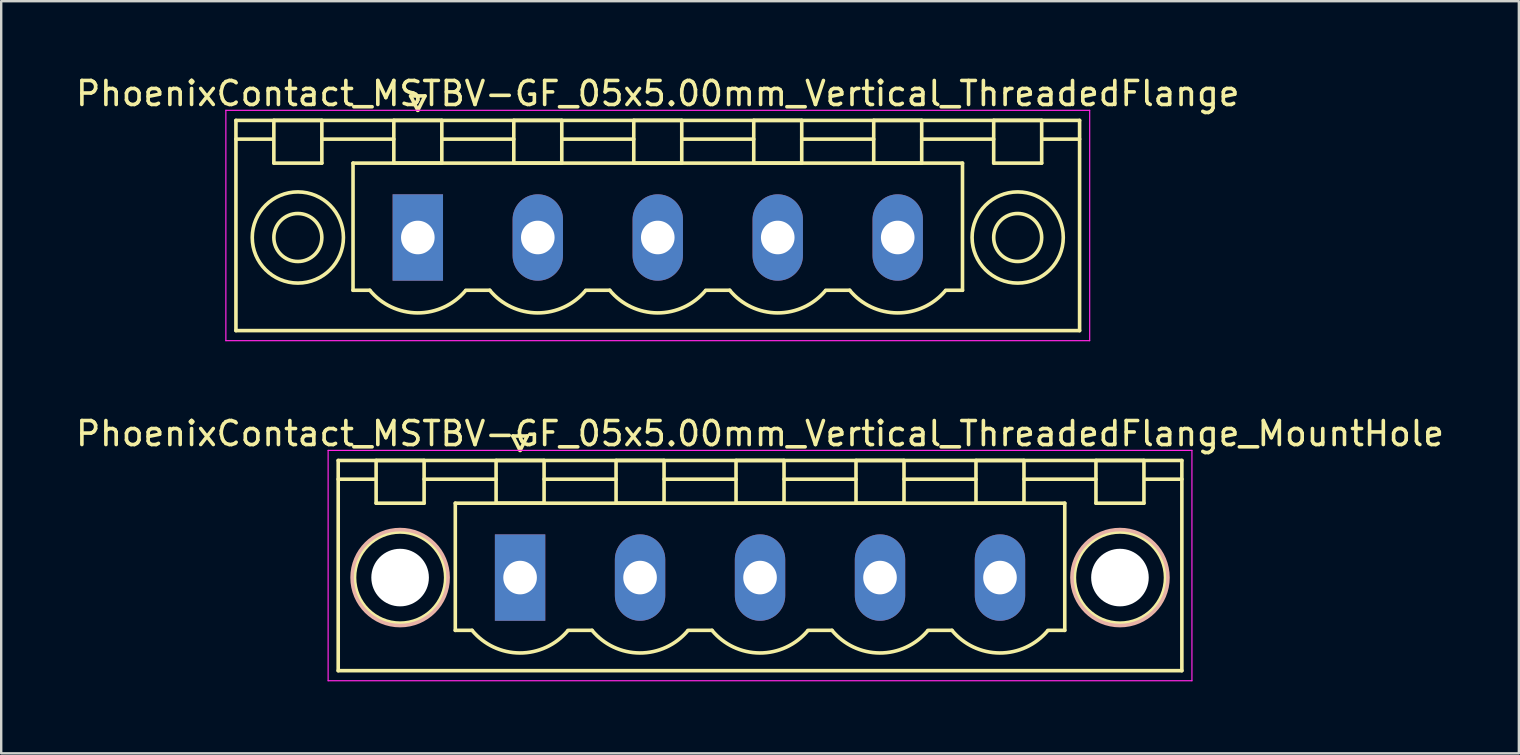
<source format=kicad_pcb>
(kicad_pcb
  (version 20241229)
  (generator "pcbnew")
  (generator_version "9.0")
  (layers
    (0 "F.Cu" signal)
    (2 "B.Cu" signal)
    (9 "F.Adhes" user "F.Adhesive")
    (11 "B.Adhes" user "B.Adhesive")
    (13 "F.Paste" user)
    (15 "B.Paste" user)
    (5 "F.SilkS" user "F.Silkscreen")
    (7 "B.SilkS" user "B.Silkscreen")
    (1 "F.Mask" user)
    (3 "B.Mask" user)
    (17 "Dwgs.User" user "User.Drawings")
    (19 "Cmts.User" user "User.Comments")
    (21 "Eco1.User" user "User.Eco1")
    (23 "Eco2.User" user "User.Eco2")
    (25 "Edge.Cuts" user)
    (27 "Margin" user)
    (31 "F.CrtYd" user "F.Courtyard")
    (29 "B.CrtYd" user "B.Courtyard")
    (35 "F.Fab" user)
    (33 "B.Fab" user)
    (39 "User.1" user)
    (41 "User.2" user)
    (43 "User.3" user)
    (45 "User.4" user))
  (footprint "PhoenixContact_MSTBV-GF_05x5.00mm_Vertical_ThreadedFlange_MountHole"
    (layer "F.Cu")
    (at 18.625 21.021)
    (property "Reference" "PhoenixContact_MSTBV-GF_05x5.00mm_Vertical_ThreadedFlange_MountHole" (at 10 -6 0) (layer "F.SilkS") (effects (font (size 1 1) (thickness 0.15))))
    (attr through_hole)
    (fp_line (start -7.58 -4.88) (end -7.58 3.88) (stroke (width 0.15) (type solid)) (layer "F.SilkS"))
    (fp_line (start -7.58 -4.1) (end -6.08 -4.1) (stroke (width 0.15) (type solid)) (layer "F.SilkS"))
    (fp_line (start -7.58 3.88) (end 27.58 3.88) (stroke (width 0.15) (type solid)) (layer "F.SilkS"))
    (fp_line (start -6 -4.88) (end -4 -4.88) (stroke (width 0.15) (type solid)) (layer "F.SilkS"))
    (fp_line (start -6 -3.1) (end -6 -4.88) (stroke (width 0.15) (type solid)) (layer "F.SilkS"))
    (fp_line (start -4 -4.88) (end -4 -3.1) (stroke (width 0.15) (type solid)) (layer "F.SilkS"))
    (fp_line (start -4 -4.1) (end -1 -4.1) (stroke (width 0.15) (type solid)) (layer "F.SilkS"))
    (fp_line (start -4 -3.1) (end -6 -3.1) (stroke (width 0.15) (type solid)) (layer "F.SilkS"))
    (fp_line (start -2.7 -3.1) (end 22.7 -3.1) (stroke (width 0.15) (type solid)) (layer "F.SilkS"))
    (fp_line (start -2.7 2.2) (end -2.7 -3.1) (stroke (width 0.15) (type solid)) (layer "F.SilkS"))
    (fp_line (start -2 2.2) (end -2.7 2.2) (stroke (width 0.15) (type solid)) (layer "F.SilkS"))
    (fp_line (start -1 -4.88) (end 1 -4.88) (stroke (width 0.15) (type solid)) (layer "F.SilkS"))
    (fp_line (start -1 -3.1) (end -1 -4.88) (stroke (width 0.15) (type solid)) (layer "F.SilkS"))
    (fp_line (start -0.3 -5.9) (end 0 -5.3) (stroke (width 0.15) (type solid)) (layer "F.SilkS"))
    (fp_line (start 0 -5.3) (end 0.3 -5.9) (stroke (width 0.15) (type solid)) (layer "F.SilkS"))
    (fp_line (start 0.3 -5.9) (end -0.3 -5.9) (stroke (width 0.15) (type solid)) (layer "F.SilkS"))
    (fp_line (start 1 -4.88) (end 1 -3.1) (stroke (width 0.15) (type solid)) (layer "F.SilkS"))
    (fp_line (start 1 -4.1) (end 4 -4.1) (stroke (width 0.15) (type solid)) (layer "F.SilkS"))
    (fp_line (start 1 -3.1) (end -1 -3.1) (stroke (width 0.15) (type solid)) (layer "F.SilkS"))
    (fp_line (start 2 2.2) (end 3 2.2) (stroke (width 0.15) (type solid)) (layer "F.SilkS"))
    (fp_line (start 4 -4.88) (end 6 -4.88) (stroke (width 0.15) (type solid)) (layer "F.SilkS"))
    (fp_line (start 4 -3.1) (end 4 -4.88) (stroke (width 0.15) (type solid)) (layer "F.SilkS"))
    (fp_line (start 6 -4.88) (end 6 -3.1) (stroke (width 0.15) (type solid)) (layer "F.SilkS"))
    (fp_line (start 6 -4.1) (end 9 -4.1) (stroke (width 0.15) (type solid)) (layer "F.SilkS"))
    (fp_line (start 6 -3.1) (end 4 -3.1) (stroke (width 0.15) (type solid)) (layer "F.SilkS"))
    (fp_line (start 7 2.2) (end 8 2.2) (stroke (width 0.15) (type solid)) (layer "F.SilkS"))
    (fp_line (start 9 -4.88) (end 11 -4.88) (stroke (width 0.15) (type solid)) (layer "F.SilkS"))
    (fp_line (start 9 -3.1) (end 9 -4.88) (stroke (width 0.15) (type solid)) (layer "F.SilkS"))
    (fp_line (start 11 -4.88) (end 11 -3.1) (stroke (width 0.15) (type solid)) (layer "F.SilkS"))
    (fp_line (start 11 -4.1) (end 14 -4.1) (stroke (width 0.15) (type solid)) (layer "F.SilkS"))
    (fp_line (start 11 -3.1) (end 9 -3.1) (stroke (width 0.15) (type solid)) (layer "F.SilkS"))
    (fp_line (start 12 2.2) (end 13 2.2) (stroke (width 0.15) (type solid)) (layer "F.SilkS"))
    (fp_line (start 14 -4.88) (end 16 -4.88) (stroke (width 0.15) (type solid)) (layer "F.SilkS"))
    (fp_line (start 14 -3.1) (end 14 -4.88) (stroke (width 0.15) (type solid)) (layer "F.SilkS"))
    (fp_line (start 16 -4.88) (end 16 -3.1) (stroke (width 0.15) (type solid)) (layer "F.SilkS"))
    (fp_line (start 16 -4.1) (end 19 -4.1) (stroke (width 0.15) (type solid)) (layer "F.SilkS"))
    (fp_line (start 16 -3.1) (end 14 -3.1) (stroke (width 0.15) (type solid)) (layer "F.SilkS"))
    (fp_line (start 17 2.2) (end 18 2.2) (stroke (width 0.15) (type solid)) (layer "F.SilkS"))
    (fp_line (start 19 -4.88) (end 21 -4.88) (stroke (width 0.15) (type solid)) (layer "F.SilkS"))
    (fp_line (start 19 -3.1) (end 19 -4.88) (stroke (width 0.15) (type solid)) (layer "F.SilkS"))
    (fp_line (start 21 -4.88) (end 21 -3.1) (stroke (width 0.15) (type solid)) (layer "F.SilkS"))
    (fp_line (start 21 -4.1) (end 24 -4.1) (stroke (width 0.15) (type solid)) (layer "F.SilkS"))
    (fp_line (start 21 -3.1) (end 19 -3.1) (stroke (width 0.15) (type solid)) (layer "F.SilkS"))
    (fp_line (start 22.7 -3.1) (end 22.7 2.2) (stroke (width 0.15) (type solid)) (layer "F.SilkS"))
    (fp_line (start 22.7 2.2) (end 22 2.2) (stroke (width 0.15) (type solid)) (layer "F.SilkS"))
    (fp_line (start 24 -4.88) (end 26 -4.88) (stroke (width 0.15) (type solid)) (layer "F.SilkS"))
    (fp_line (start 24 -3.1) (end 24 -4.88) (stroke (width 0.15) (type solid)) (layer "F.SilkS"))
    (fp_line (start 26 -4.88) (end 26 -3.1) (stroke (width 0.15) (type solid)) (layer "F.SilkS"))
    (fp_line (start 26 -3.1) (end 24 -3.1) (stroke (width 0.15) (type solid)) (layer "F.SilkS"))
    (fp_line (start 27.58 -4.88) (end -7.58 -4.88) (stroke (width 0.15) (type solid)) (layer "F.SilkS"))
    (fp_line (start 27.58 -4.1) (end 26.08 -4.1) (stroke (width 0.15) (type solid)) (layer "F.SilkS"))
    (fp_line (start 27.58 3.88) (end 27.58 -4.88) (stroke (width 0.15) (type solid)) (layer "F.SilkS"))
    (fp_arc (start 1.986842 2.215821) (mid -0.010289 3.142758) (end -2 2.2) (stroke (width 0.15) (type solid)) (layer "F.SilkS"))
    (fp_arc (start 6.986842 2.215821) (mid 4.989711 3.142758) (end 3 2.2) (stroke (width 0.15) (type solid)) (layer "F.SilkS"))
    (fp_arc (start 11.986842 2.215821) (mid 9.989711 3.142758) (end 8 2.2) (stroke (width 0.15) (type solid)) (layer "F.SilkS"))
    (fp_arc (start 16.986842 2.215821) (mid 14.989711 3.142758) (end 13 2.2) (stroke (width 0.15) (type solid)) (layer "F.SilkS"))
    (fp_arc (start 21.986842 2.215821) (mid 19.989711 3.142758) (end 18 2.2) (stroke (width 0.15) (type solid)) (layer "F.SilkS"))
    (fp_circle (center -5 0) (end -3.1 0) (stroke (width 0.15) (type solid)) (fill no) (layer "F.SilkS"))
    (fp_circle (center 25 0) (end 26.9 0) (stroke (width 0.15) (type solid)) (fill no) (layer "F.SilkS"))
    (fp_circle (center -5 0) (end -3 0) (stroke (width 0.15) (type solid)) (fill no) (layer "B.SilkS"))
    (fp_circle (center 25 0) (end 27 0) (stroke (width 0.15) (type solid)) (fill no) (layer "B.SilkS"))
    (fp_line (start -8 -5.3) (end -8 4.3) (stroke (width 0.05) (type solid)) (layer "F.CrtYd"))
    (fp_line (start -8 4.3) (end 28 4.3) (stroke (width 0.05) (type solid)) (layer "F.CrtYd"))
    (fp_line (start 28 -5.3) (end -8 -5.3) (stroke (width 0.05) (type solid)) (layer "F.CrtYd"))
    (fp_line (start 28 4.3) (end 28 -5.3) (stroke (width 0.05) (type solid)) (layer "F.CrtYd"))
    (pad "" np_thru_hole circle (at -5 0) (size 2.4 2.4) (drill 2.4) (layers "*.Cu" "*.Mask"))
    (pad "" np_thru_hole circle (at 25 0) (size 2.4 2.4) (drill 2.4) (layers "*.Cu" "*.Mask"))
    (pad "1" thru_hole rect (at 0 0) (size 2.1 3.6) (drill 1.4) (layers "*.Cu" "*.Mask"))
    (pad "2" thru_hole oval (at 5 0) (size 2.1 3.6) (drill 1.4) (layers "*.Cu" "*.Mask"))
    (pad "3" thru_hole oval (at 10 0) (size 2.1 3.6) (drill 1.4) (layers "*.Cu" "*.Mask"))
    (pad "4" thru_hole oval (at 15 0) (size 2.1 3.6) (drill 1.4) (layers "*.Cu" "*.Mask"))
    (pad "5" thru_hole oval (at 20 0) (size 2.1 3.6) (drill 1.4) (layers "*.Cu" "*.Mask")))
  (footprint "PhoenixContact_MSTBV-GF_05x5.00mm_Vertical_ThreadedFlange"
    (layer "F.Cu")
    (at 14.363 6.848)
    (property "Reference" "PhoenixContact_MSTBV-GF_05x5.00mm_Vertical_ThreadedFlange" (at 10 -6 0) (layer "F.SilkS") (effects (font (size 1 1) (thickness 0.15))))
    (attr through_hole)
    (fp_line (start -7.58 -4.88) (end -7.58 3.88) (stroke (width 0.15) (type solid)) (layer "F.SilkS"))
    (fp_line (start -7.58 -4.1) (end -6.08 -4.1) (stroke (width 0.15) (type solid)) (layer "F.SilkS"))
    (fp_line (start -7.58 3.88) (end 27.58 3.88) (stroke (width 0.15) (type solid)) (layer "F.SilkS"))
    (fp_line (start -6 -4.88) (end -4 -4.88) (stroke (width 0.15) (type solid)) (layer "F.SilkS"))
    (fp_line (start -6 -3.1) (end -6 -4.88) (stroke (width 0.15) (type solid)) (layer "F.SilkS"))
    (fp_line (start -4 -4.88) (end -4 -3.1) (stroke (width 0.15) (type solid)) (layer "F.SilkS"))
    (fp_line (start -4 -4.1) (end -1 -4.1) (stroke (width 0.15) (type solid)) (layer "F.SilkS"))
    (fp_line (start -4 -3.1) (end -6 -3.1) (stroke (width 0.15) (type solid)) (layer "F.SilkS"))
    (fp_line (start -2.7 -3.1) (end 22.7 -3.1) (stroke (width 0.15) (type solid)) (layer "F.SilkS"))
    (fp_line (start -2.7 2.2) (end -2.7 -3.1) (stroke (width 0.15) (type solid)) (layer "F.SilkS"))
    (fp_line (start -2 2.2) (end -2.7 2.2) (stroke (width 0.15) (type solid)) (layer "F.SilkS"))
    (fp_line (start -1 -4.88) (end 1 -4.88) (stroke (width 0.15) (type solid)) (layer "F.SilkS"))
    (fp_line (start -1 -3.1) (end -1 -4.88) (stroke (width 0.15) (type solid)) (layer "F.SilkS"))
    (fp_line (start -0.3 -5.9) (end 0 -5.3) (stroke (width 0.15) (type solid)) (layer "F.SilkS"))
    (fp_line (start 0 -5.3) (end 0.3 -5.9) (stroke (width 0.15) (type solid)) (layer "F.SilkS"))
    (fp_line (start 0.3 -5.9) (end -0.3 -5.9) (stroke (width 0.15) (type solid)) (layer "F.SilkS"))
    (fp_line (start 1 -4.88) (end 1 -3.1) (stroke (width 0.15) (type solid)) (layer "F.SilkS"))
    (fp_line (start 1 -4.1) (end 4 -4.1) (stroke (width 0.15) (type solid)) (layer "F.SilkS"))
    (fp_line (start 1 -3.1) (end -1 -3.1) (stroke (width 0.15) (type solid)) (layer "F.SilkS"))
    (fp_line (start 2 2.2) (end 3 2.2) (stroke (width 0.15) (type solid)) (layer "F.SilkS"))
    (fp_line (start 4 -4.88) (end 6 -4.88) (stroke (width 0.15) (type solid)) (layer "F.SilkS"))
    (fp_line (start 4 -3.1) (end 4 -4.88) (stroke (width 0.15) (type solid)) (layer "F.SilkS"))
    (fp_line (start 6 -4.88) (end 6 -3.1) (stroke (width 0.15) (type solid)) (layer "F.SilkS"))
    (fp_line (start 6 -4.1) (end 9 -4.1) (stroke (width 0.15) (type solid)) (layer "F.SilkS"))
    (fp_line (start 6 -3.1) (end 4 -3.1) (stroke (width 0.15) (type solid)) (layer "F.SilkS"))
    (fp_line (start 7 2.2) (end 8 2.2) (stroke (width 0.15) (type solid)) (layer "F.SilkS"))
    (fp_line (start 9 -4.88) (end 11 -4.88) (stroke (width 0.15) (type solid)) (layer "F.SilkS"))
    (fp_line (start 9 -3.1) (end 9 -4.88) (stroke (width 0.15) (type solid)) (layer "F.SilkS"))
    (fp_line (start 11 -4.88) (end 11 -3.1) (stroke (width 0.15) (type solid)) (layer "F.SilkS"))
    (fp_line (start 11 -4.1) (end 14 -4.1) (stroke (width 0.15) (type solid)) (layer "F.SilkS"))
    (fp_line (start 11 -3.1) (end 9 -3.1) (stroke (width 0.15) (type solid)) (layer "F.SilkS"))
    (fp_line (start 12 2.2) (end 13 2.2) (stroke (width 0.15) (type solid)) (layer "F.SilkS"))
    (fp_line (start 14 -4.88) (end 16 -4.88) (stroke (width 0.15) (type solid)) (layer "F.SilkS"))
    (fp_line (start 14 -3.1) (end 14 -4.88) (stroke (width 0.15) (type solid)) (layer "F.SilkS"))
    (fp_line (start 16 -4.88) (end 16 -3.1) (stroke (width 0.15) (type solid)) (layer "F.SilkS"))
    (fp_line (start 16 -4.1) (end 19 -4.1) (stroke (width 0.15) (type solid)) (layer "F.SilkS"))
    (fp_line (start 16 -3.1) (end 14 -3.1) (stroke (width 0.15) (type solid)) (layer "F.SilkS"))
    (fp_line (start 17 2.2) (end 18 2.2) (stroke (width 0.15) (type solid)) (layer "F.SilkS"))
    (fp_line (start 19 -4.88) (end 21 -4.88) (stroke (width 0.15) (type solid)) (layer "F.SilkS"))
    (fp_line (start 19 -3.1) (end 19 -4.88) (stroke (width 0.15) (type solid)) (layer "F.SilkS"))
    (fp_line (start 21 -4.88) (end 21 -3.1) (stroke (width 0.15) (type solid)) (layer "F.SilkS"))
    (fp_line (start 21 -4.1) (end 24 -4.1) (stroke (width 0.15) (type solid)) (layer "F.SilkS"))
    (fp_line (start 21 -3.1) (end 19 -3.1) (stroke (width 0.15) (type solid)) (layer "F.SilkS"))
    (fp_line (start 22.7 -3.1) (end 22.7 2.2) (stroke (width 0.15) (type solid)) (layer "F.SilkS"))
    (fp_line (start 22.7 2.2) (end 22 2.2) (stroke (width 0.15) (type solid)) (layer "F.SilkS"))
    (fp_line (start 24 -4.88) (end 26 -4.88) (stroke (width 0.15) (type solid)) (layer "F.SilkS"))
    (fp_line (start 24 -3.1) (end 24 -4.88) (stroke (width 0.15) (type solid)) (layer "F.SilkS"))
    (fp_line (start 26 -4.88) (end 26 -3.1) (stroke (width 0.15) (type solid)) (layer "F.SilkS"))
    (fp_line (start 26 -3.1) (end 24 -3.1) (stroke (width 0.15) (type solid)) (layer "F.SilkS"))
    (fp_line (start 27.58 -4.88) (end -7.58 -4.88) (stroke (width 0.15) (type solid)) (layer "F.SilkS"))
    (fp_line (start 27.58 -4.1) (end 26.08 -4.1) (stroke (width 0.15) (type solid)) (layer "F.SilkS"))
    (fp_line (start 27.58 3.88) (end 27.58 -4.88) (stroke (width 0.15) (type solid)) (layer "F.SilkS"))
    (fp_arc (start 1.986842 2.215821) (mid -0.010289 3.142758) (end -2 2.2) (stroke (width 0.15) (type solid)) (layer "F.SilkS"))
    (fp_arc (start 6.986842 2.215821) (mid 4.989711 3.142758) (end 3 2.2) (stroke (width 0.15) (type solid)) (layer "F.SilkS"))
    (fp_arc (start 11.986842 2.215821) (mid 9.989711 3.142758) (end 8 2.2) (stroke (width 0.15) (type solid)) (layer "F.SilkS"))
    (fp_arc (start 16.986842 2.215821) (mid 14.989711 3.142758) (end 13 2.2) (stroke (width 0.15) (type solid)) (layer "F.SilkS"))
    (fp_arc (start 21.986842 2.215821) (mid 19.989711 3.142758) (end 18 2.2) (stroke (width 0.15) (type solid)) (layer "F.SilkS"))
    (fp_circle (center -5 0) (end -4 0) (stroke (width 0.15) (type solid)) (fill no) (layer "F.SilkS"))
    (fp_circle (center -5 0) (end -3.1 0) (stroke (width 0.15) (type solid)) (fill no) (layer "F.SilkS"))
    (fp_circle (center 25 0) (end 26 0) (stroke (width 0.15) (type solid)) (fill no) (layer "F.SilkS"))
    (fp_circle (center 25 0) (end 26.9 0) (stroke (width 0.15) (type solid)) (fill no) (layer "F.SilkS"))
    (fp_line (start -8 -5.3) (end -8 4.3) (stroke (width 0.05) (type solid)) (layer "F.CrtYd"))
    (fp_line (start -8 4.3) (end 28 4.3) (stroke (width 0.05) (type solid)) (layer "F.CrtYd"))
    (fp_line (start 28 -5.3) (end -8 -5.3) (stroke (width 0.05) (type solid)) (layer "F.CrtYd"))
    (fp_line (start 28 4.3) (end 28 -5.3) (stroke (width 0.05) (type solid)) (layer "F.CrtYd"))
    (pad "1" thru_hole rect (at 0 0) (size 2.1 3.6) (drill 1.4) (layers "*.Cu" "*.Mask"))
    (pad "2" thru_hole oval (at 5 0) (size 2.1 3.6) (drill 1.4) (layers "*.Cu" "*.Mask"))
    (pad "3" thru_hole oval (at 10 0) (size 2.1 3.6) (drill 1.4) (layers "*.Cu" "*.Mask"))
    (pad "4" thru_hole oval (at 15 0) (size 2.1 3.6) (drill 1.4) (layers "*.Cu" "*.Mask"))
    (pad "5" thru_hole oval (at 20 0) (size 2.1 3.6) (drill 1.4) (layers "*.Cu" "*.Mask")))
  (gr_rect
    (start -3 -3)
    (end 60.25 28.346)
    (stroke (width 0.1) (type default))
    (fill no)
    (layer "Edge.Cuts")))
</source>
